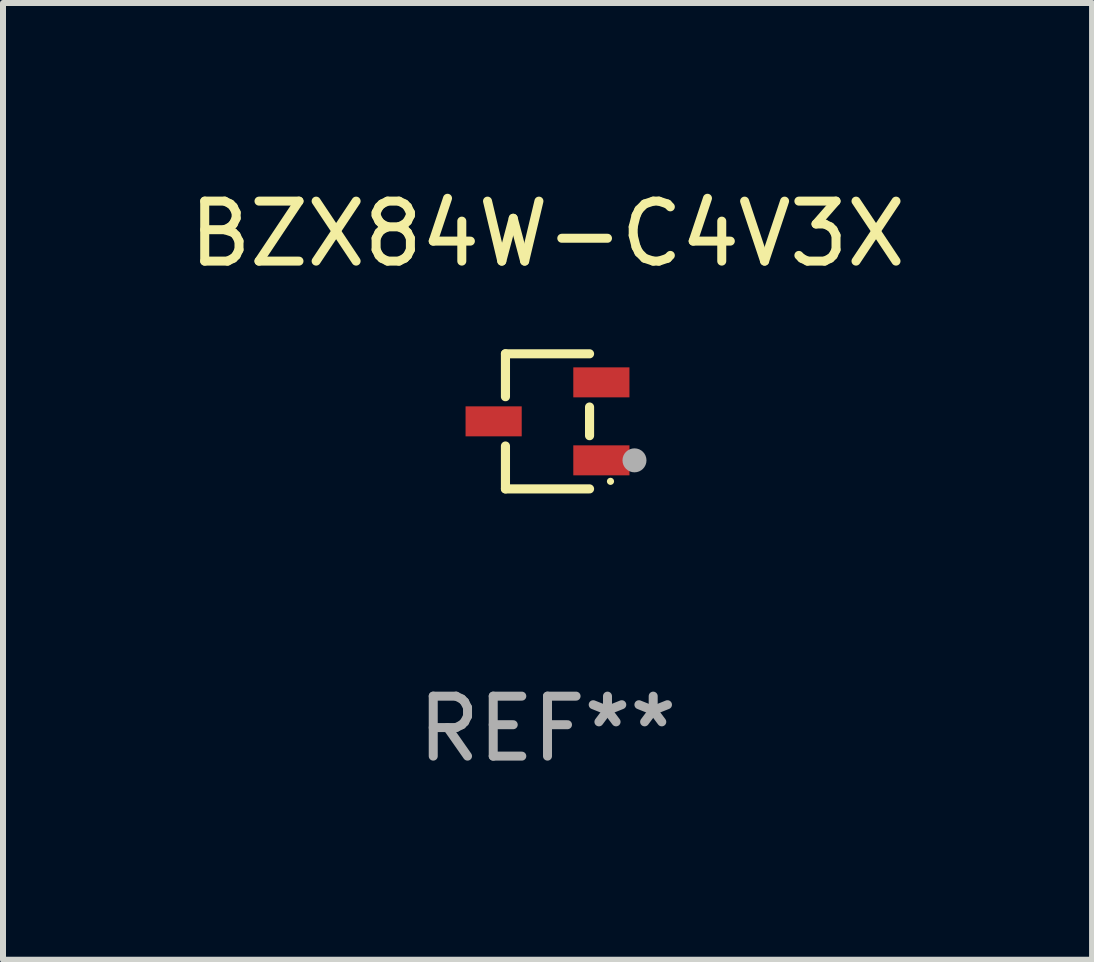
<source format=kicad_pcb>
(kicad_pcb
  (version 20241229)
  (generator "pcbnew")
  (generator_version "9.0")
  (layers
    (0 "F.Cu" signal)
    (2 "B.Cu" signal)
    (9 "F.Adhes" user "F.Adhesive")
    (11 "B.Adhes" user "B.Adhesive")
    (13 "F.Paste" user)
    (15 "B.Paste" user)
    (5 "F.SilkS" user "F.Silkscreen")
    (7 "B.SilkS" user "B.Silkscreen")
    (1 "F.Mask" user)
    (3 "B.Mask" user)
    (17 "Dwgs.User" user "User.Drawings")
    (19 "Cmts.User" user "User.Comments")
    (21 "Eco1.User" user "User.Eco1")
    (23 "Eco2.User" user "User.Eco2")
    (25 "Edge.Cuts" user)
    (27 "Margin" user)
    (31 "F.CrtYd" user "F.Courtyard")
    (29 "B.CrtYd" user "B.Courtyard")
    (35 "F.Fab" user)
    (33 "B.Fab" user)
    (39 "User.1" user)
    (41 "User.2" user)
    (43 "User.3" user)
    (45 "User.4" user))
  (footprint "BZX84W-C4V3X"
    (layer "F.Cu")
    (at 6.077 3.974)
    (property "Reference" "BZX84W-C4V3X" (at 0 -3.126 0) (layer "F.SilkS") (effects (font (size 1 1) (thickness 0.15))))
    (attr through_hole)
    (fp_line (start -0.701 -1.126) (end -0.701 -0.411) (stroke (width 0.152) (type solid)) (layer "F.SilkS"))
    (fp_line (start -0.701 1.126) (end -0.701 0.411) (stroke (width 0.152) (type solid)) (layer "F.SilkS"))
    (fp_line (start 0.701 -1.126) (end -0.701 -1.126) (stroke (width 0.152) (type solid)) (layer "F.SilkS"))
    (fp_line (start 0.701 -0.239) (end 0.701 0.239) (stroke (width 0.152) (type solid)) (layer "F.SilkS"))
    (fp_line (start 0.701 1.126) (end -0.701 1.126) (stroke (width 0.152) (type solid)) (layer "F.SilkS"))
    (fp_circle (center 1.05 1) (end 1.08 1) (stroke (width 0.06) (type solid)) (fill no) (layer "F.SilkS"))
    (fp_circle (center 1.45 0.65) (end 1.55 0.65) (stroke (width 0.2) (type solid)) (fill no) (layer "F.Fab"))
    (fp_text user "REF**" (at 0 5.126 0) (layer "F.Fab") (effects (font (size 1 1) (thickness 0.15))))
    (pad "1" smd rect (at 0.898 0.65) (size 0.936 0.5) (layers "F.Cu" "F.Mask" "F.Paste"))
    (pad "2" smd rect (at 0.898 -0.65) (size 0.936 0.5) (layers "F.Cu" "F.Mask" "F.Paste"))
    (pad "3" smd rect (at -0.898 0) (size 0.936 0.5) (layers "F.Cu" "F.Mask" "F.Paste")))
  (gr_rect
    (start -3 -3)
    (end 15.155 12.949)
    (stroke (width 0.1) (type default))
    (fill no)
    (layer "Edge.Cuts")))
</source>
